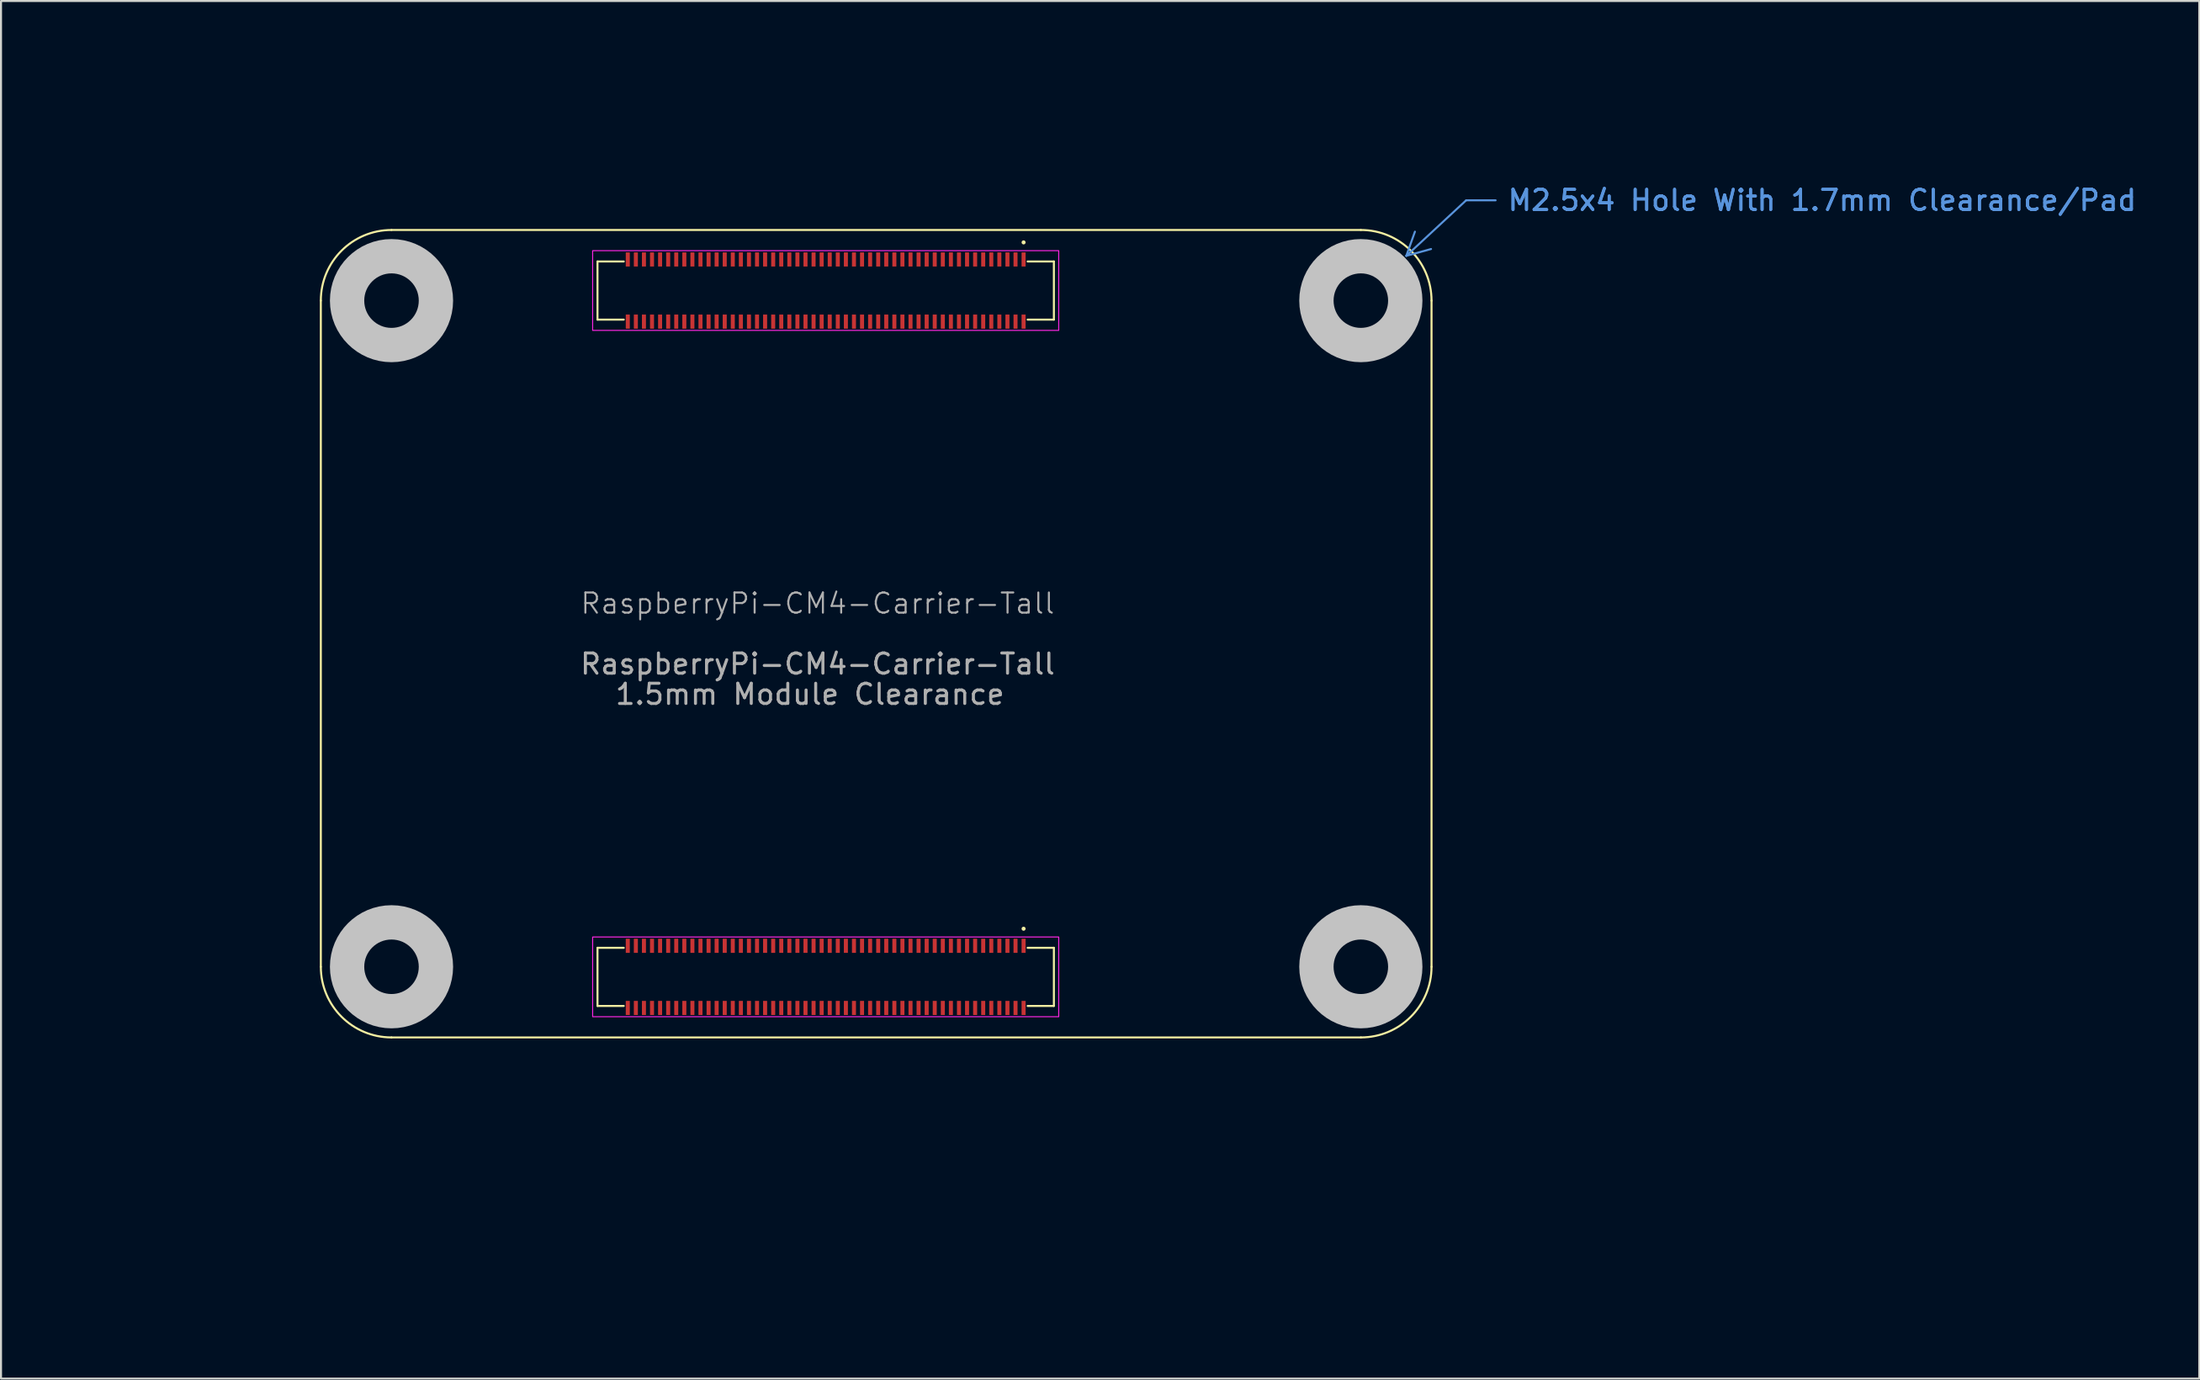
<source format=kicad_pcb>
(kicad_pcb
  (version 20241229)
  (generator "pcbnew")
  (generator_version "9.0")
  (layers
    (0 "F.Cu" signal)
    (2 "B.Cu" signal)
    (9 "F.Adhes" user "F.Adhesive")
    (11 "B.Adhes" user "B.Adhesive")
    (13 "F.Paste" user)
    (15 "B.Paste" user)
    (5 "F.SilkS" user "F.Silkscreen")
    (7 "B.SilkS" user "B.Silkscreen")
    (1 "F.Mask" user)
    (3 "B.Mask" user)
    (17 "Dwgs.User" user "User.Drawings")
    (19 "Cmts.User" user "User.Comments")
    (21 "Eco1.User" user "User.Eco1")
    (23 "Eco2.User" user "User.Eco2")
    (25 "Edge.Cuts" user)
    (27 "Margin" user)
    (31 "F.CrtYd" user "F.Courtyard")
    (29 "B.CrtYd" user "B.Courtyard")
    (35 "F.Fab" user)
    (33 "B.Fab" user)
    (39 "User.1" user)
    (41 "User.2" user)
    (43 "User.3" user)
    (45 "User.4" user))
  (footprint "RaspberryPi-CM4-Carrier-Tall"
    (layer "F.Cu")
    (at 37.437 48.343)
    (property "Reference" "RaspberryPi-CM4-Carrier-Tall" (at 0 -21.5 0) (unlocked yes) (layer "F.Fab") (effects (font (size 1 1) (thickness 0.1))))
    (attr smd)
    (fp_line (start -24.6 -3.5) (end -24.6 -36.5) (stroke (width 0.1) (type default)) (layer "F.SilkS"))
    (fp_line (start -21.1 -40) (end 26.9 -40) (stroke (width 0.1) (type default)) (layer "F.SilkS"))
    (fp_line (start -10.9 -38.44) (end -10.9 -35.56) (stroke (width 0.1) (type default)) (layer "F.SilkS"))
    (fp_line (start -10.9 -38.44) (end -9.6 -38.44) (stroke (width 0.1) (type default)) (layer "F.SilkS"))
    (fp_line (start -10.9 -35.56) (end -9.6 -35.56) (stroke (width 0.1) (type default)) (layer "F.SilkS"))
    (fp_line (start -10.9 -4.44) (end -10.9 -1.56) (stroke (width 0.1) (type default)) (layer "F.SilkS"))
    (fp_line (start -10.9 -4.44) (end -9.6 -4.44) (stroke (width 0.1) (type default)) (layer "F.SilkS"))
    (fp_line (start -10.9 -1.56) (end -9.6 -1.56) (stroke (width 0.1) (type default)) (layer "F.SilkS"))
    (fp_line (start 11.7 -38.44) (end 10.4 -38.44) (stroke (width 0.1) (type default)) (layer "F.SilkS"))
    (fp_line (start 11.7 -38.44) (end 11.7 -35.56) (stroke (width 0.1) (type default)) (layer "F.SilkS"))
    (fp_line (start 11.7 -35.56) (end 10.4 -35.56) (stroke (width 0.1) (type default)) (layer "F.SilkS"))
    (fp_line (start 11.7 -4.44) (end 10.4 -4.44) (stroke (width 0.1) (type default)) (layer "F.SilkS"))
    (fp_line (start 11.7 -4.44) (end 11.7 -1.56) (stroke (width 0.1) (type default)) (layer "F.SilkS"))
    (fp_line (start 11.7 -1.56) (end 10.4 -1.56) (stroke (width 0.1) (type default)) (layer "F.SilkS"))
    (fp_line (start 26.9 0) (end -21.1 0) (stroke (width 0.1) (type default)) (layer "F.SilkS"))
    (fp_line (start 30.4 -36.5) (end 30.4 -3.5) (stroke (width 0.1) (type default)) (layer "F.SilkS"))
    (fp_arc (start -24.6 -36.5) (mid -23.574874 -38.974874) (end -21.1 -40) (stroke (width 0.1) (type default)) (layer "F.SilkS"))
    (fp_arc (start -21.1 0) (mid -23.574874 -1.025126) (end -24.6 -3.5) (stroke (width 0.1) (type default)) (layer "F.SilkS"))
    (fp_arc (start 26.9 -40) (mid 29.374874 -38.974874) (end 30.4 -36.5) (stroke (width 0.1) (type default)) (layer "F.SilkS"))
    (fp_arc (start 30.4 -3.5) (mid 29.374874 -1.025126) (end 26.9 0) (stroke (width 0.1) (type default)) (layer "F.SilkS"))
    (fp_circle (center 10.2 -39.385) (end 10.3 -39.385) (stroke (width 0) (type default)) (fill yes) (layer "F.SilkS"))
    (fp_circle (center 10.2 -5.385) (end 10.3 -5.385) (stroke (width 0) (type default)) (fill yes) (layer "F.SilkS"))
    (fp_circle (center -21.1 -36.5) (end -18.9 -36.5) (stroke (width 1.7) (type default)) (fill no) (layer "Dwgs.User"))
    (fp_circle (center -21.1 -3.5) (end -18.9 -3.5) (stroke (width 1.7) (type default)) (fill no) (layer "Dwgs.User"))
    (fp_circle (center 26.9 -36.5) (end 29.1 -36.5) (stroke (width 1.7) (type default)) (fill no) (layer "Dwgs.User"))
    (fp_circle (center 26.9 -3.5) (end 29.1 -3.5) (stroke (width 1.7) (type default)) (fill no) (layer "Dwgs.User"))
    (fp_rect (start -11.14 -38.975) (end 11.94 -35.025) (stroke (width 0.05) (type solid)) (fill no) (layer "F.CrtYd"))
    (fp_rect (start -11.14 -4.975) (end 11.94 -1.025) (stroke (width 0.05) (type solid)) (fill no) (layer "F.CrtYd"))
    (fp_text user "1.5mm Module Clearance " (at 0 -17 0) (unlocked yes) (layer "F.Fab") (effects (font (size 1 1) (thickness 0.15))))
    (fp_text user "${REFERENCE}" (at 0 -18.5 0) (unlocked yes) (layer "F.Fab") (effects (font (size 1 1) (thickness 0.15))))
    (dimension (type leader) (layer "Cmts.User") (pts (xy 66.222 9.963) (xy 69.552 6.873)) (format (prefix "") (suffix "") (units 0) (units_format 0) (precision 4) (override_value "M2.5x4 Hole With 1.7mm Clearance/Pad")) (style (thickness 0.1) (arrow_length 1.27) (text_position_mode 0) (text_frame 0) (extension_offset 0.5)) (gr_text "M2.5x4 Hole With 1.7mm Clearance/Pad" (at 87.182 6.873 0) (layer "Cmts.User") (effects (font (size 1 1) (thickness 0.15)))))
    (dimension (type leader) (layer "User.2") (pts (xy 13.863 47.318) (xy 10.267 50.988)) (format (prefix "") (suffix "") (units 0) (units_format 0) (precision 4) (override_value "3.5x4")) (style (thickness 0.1) (arrow_length 1.27) (text_position_mode 0) (text_frame 0) (extension_offset 0.5)) (gr_text "3.5x4" (at 3.977 50.988 0) (layer "User.2") (effects (font (size 1 1) (thickness 0.15)))))
    (dimension (type orthogonal) (layer "User.2") (pts (xy 12.837 48.343) (xy 64.337 48.343)) (height 10.02) (orientation 0) (format (prefix "") (suffix "") (units 3) (units_format 0) (precision 4) (suppress_zeroes yes)) (style (thickness 0.1) (arrow_length 1.27) (text_position_mode 0) (arrow_direction outward) (extension_height 0.586) (extension_offset 0.5) (keep_text_aligned yes)) (gr_text "51.5" (at 38.587 57.213 0) (layer "User.2") (effects (font (size 1 1) (thickness 0.15)))))
    (dimension (type orthogonal) (layer "User.2") (pts (xy 12.837 48.343) (xy 67.837 48.343)) (height 13.265) (orientation 0) (format (prefix "") (suffix "") (units 3) (units_format 0) (precision 4) (suppress_zeroes yes)) (style (thickness 0.1) (arrow_length 1.27) (text_position_mode 0) (arrow_direction outward) (extension_height 0.586) (extension_offset 0.5) (keep_text_aligned yes)) (gr_text "55" (at 40.337 60.458 0) (layer "User.2") (effects (font (size 1 1) (thickness 0.15)))))
    (dimension (type orthogonal) (layer "User.2") (pts (xy 12.837 48.343) (xy 12.837 44.843)) (height -2.515) (orientation 1) (format (prefix "") (suffix "") (units 3) (units_format 0) (precision 4) (suppress_zeroes yes)) (style (thickness 0.1) (arrow_length 1.27) (text_position_mode 0) (arrow_direction outward) (extension_height 0.586) (extension_offset 0.5) (keep_text_aligned yes)) (gr_text "3.5" (at 9.172 46.593 90) (layer "User.2") (effects (font (size 1 1) (thickness 0.15)))))
    (dimension (type orthogonal) (layer "User.2") (pts (xy 12.837 48.343) (xy 12.837 8.343)) (height -10.61) (orientation 1) (format (prefix "") (suffix "") (units 3) (units_format 0) (precision 4) (suppress_zeroes yes)) (style (thickness 0.1) (arrow_length 1.27) (text_position_mode 0) (arrow_direction outward) (extension_height 0.586) (extension_offset 0.5) (keep_text_aligned yes)) (gr_text "40" (at 1.077 28.343 90) (layer "User.2") (effects (font (size 1 1) (thickness 0.15)))))
    (dimension (type orthogonal) (layer "User.2") (pts (xy 12.837 48.343) (xy 12.837 11.843)) (height -6.265) (orientation 1) (format (prefix "") (suffix "") (units 3) (units_format 0) (precision 4) (suppress_zeroes yes)) (style (thickness 0.1) (arrow_length 1.27) (text_position_mode 0) (arrow_direction outward) (extension_height 0.586) (extension_offset 0.5) (keep_text_aligned yes)) (gr_text "36.5" (at 5.422 30.093 90) (layer "User.2") (effects (font (size 1 1) (thickness 0.15)))))
    (dimension (type orthogonal) (layer "User.2") (pts (xy 12.837 48.343) (xy 47.637 48.343)) (height 6.335) (orientation 0) (format (prefix "") (suffix "") (units 3) (units_format 0) (precision 4) (suppress_zeroes yes)) (style (thickness 0.1) (arrow_length 1.27) (text_position_mode 0) (arrow_direction outward) (extension_height 0.586) (extension_offset 0.5) (keep_text_aligned yes)) (gr_text "34.8" (at 30.237 53.528 0) (layer "User.2") (effects (font (size 1 1) (thickness 0.15)))))
    (dimension (type orthogonal) (layer "User.2") (pts (xy 12.837 48.343) (xy 16.337 48.343)) (height 3) (orientation 0) (format (prefix "") (suffix "") (units 3) (units_format 0) (precision 4) (suppress_zeroes yes)) (style (thickness 0.1) (arrow_length 1.27) (text_position_mode 0) (arrow_direction outward) (extension_height 0.586) (extension_offset 0.5) (keep_text_aligned yes)) (gr_text "3.5" (at 14.587 50.193 0) (layer "User.2") (effects (font (size 1 1) (thickness 0.15)))))
    (dimension (type orthogonal) (layer "User.2") (pts (xy 47.637 8.343) (xy 12.837 8.343)) (height -6.345) (orientation 0) (format (prefix "") (suffix "") (units 3) (units_format 0) (precision 4) (suppress_zeroes yes)) (style (thickness 0.1) (arrow_length 1.27) (text_position_mode 0) (arrow_direction outward) (extension_height 0.586) (extension_offset 0.5) (keep_text_aligned yes)) (gr_text "34.8" (at 30.237 0.848 0) (layer "User.2") (effects (font (size 1 1) (thickness 0.15)))))
    (dimension (type orthogonal) (layer "User.2") (pts (xy 49.377 11.343) (xy 49.377 8.343)) (height 2.575) (orientation 1) (format (prefix "") (suffix "") (units 3) (units_format 0) (precision 4) (suppress_zeroes yes)) (style (thickness 0.1) (arrow_length 1.27) (text_position_mode 0) (arrow_direction outward) (extension_height 0.586) (extension_offset 0.5) (keep_text_aligned yes)) (gr_text "3" (at 50.802 9.843 90) (layer "User.2") (effects (font (size 1 1) (thickness 0.15)))))
    (dimension (type orthogonal) (layer "User.2") (pts (xy 49.377 45.343) (xy 49.377 48.343)) (height 3.04) (orientation 1) (format (prefix "") (suffix "") (units 3) (units_format 0) (precision 4) (suppress_zeroes yes)) (style (thickness 0.1) (arrow_length 1.27) (text_position_mode 0) (arrow_direction outward) (extension_height 0.586) (extension_offset 0.5) (keep_text_aligned yes)) (gr_text "3" (at 51.267 46.843 90) (layer "User.2") (effects (font (size 1 1) (thickness 0.15)))))
    (pad "1" smd rect (at 10.2 -38.54) (size 0.2 0.7) (layers "F.Cu" "F.Mask" "F.Paste"))
    (pad "2" smd rect (at 10.2 -35.46) (size 0.2 0.7) (layers "F.Cu" "F.Mask" "F.Paste"))
    (pad "3" smd rect (at 9.8 -38.54) (size 0.2 0.7) (layers "F.Cu" "F.Mask" "F.Paste"))
    (pad "4" smd rect (at 9.8 -35.46) (size 0.2 0.7) (layers "F.Cu" "F.Mask" "F.Paste"))
    (pad "5" smd rect (at 9.4 -38.54) (size 0.2 0.7) (layers "F.Cu" "F.Mask" "F.Paste"))
    (pad "6" smd rect (at 9.4 -35.46) (size 0.2 0.7) (layers "F.Cu" "F.Mask" "F.Paste"))
    (pad "7" smd rect (at 9 -38.54) (size 0.2 0.7) (layers "F.Cu" "F.Mask" "F.Paste"))
    (pad "8" smd rect (at 9 -35.46) (size 0.2 0.7) (layers "F.Cu" "F.Mask" "F.Paste"))
    (pad "9" smd rect (at 8.6 -38.54) (size 0.2 0.7) (layers "F.Cu" "F.Mask" "F.Paste"))
    (pad "10" smd rect (at 8.6 -35.46) (size 0.2 0.7) (layers "F.Cu" "F.Mask" "F.Paste"))
    (pad "11" smd rect (at 8.2 -38.54) (size 0.2 0.7) (layers "F.Cu" "F.Mask" "F.Paste"))
    (pad "12" smd rect (at 8.2 -35.46) (size 0.2 0.7) (layers "F.Cu" "F.Mask" "F.Paste"))
    (pad "13" smd rect (at 7.8 -38.54) (size 0.2 0.7) (layers "F.Cu" "F.Mask" "F.Paste"))
    (pad "14" smd rect (at 7.8 -35.46) (size 0.2 0.7) (layers "F.Cu" "F.Mask" "F.Paste"))
    (pad "15" smd rect (at 7.4 -38.54) (size 0.2 0.7) (layers "F.Cu" "F.Mask" "F.Paste"))
    (pad "16" smd rect (at 7.4 -35.46) (size 0.2 0.7) (layers "F.Cu" "F.Mask" "F.Paste"))
    (pad "17" smd rect (at 7 -38.54) (size 0.2 0.7) (layers "F.Cu" "F.Mask" "F.Paste"))
    (pad "18" smd rect (at 7 -35.46) (size 0.2 0.7) (layers "F.Cu" "F.Mask" "F.Paste"))
    (pad "19" smd rect (at 6.6 -38.54) (size 0.2 0.7) (layers "F.Cu" "F.Mask" "F.Paste"))
    (pad "20" smd rect (at 6.6 -35.46) (size 0.2 0.7) (layers "F.Cu" "F.Mask" "F.Paste"))
    (pad "21" smd rect (at 6.2 -38.54) (size 0.2 0.7) (layers "F.Cu" "F.Mask" "F.Paste"))
    (pad "22" smd rect (at 6.2 -35.46) (size 0.2 0.7) (layers "F.Cu" "F.Mask" "F.Paste"))
    (pad "23" smd rect (at 5.8 -38.54) (size 0.2 0.7) (layers "F.Cu" "F.Mask" "F.Paste"))
    (pad "24" smd rect (at 5.8 -35.46) (size 0.2 0.7) (layers "F.Cu" "F.Mask" "F.Paste"))
    (pad "25" smd rect (at 5.4 -38.54) (size 0.2 0.7) (layers "F.Cu" "F.Mask" "F.Paste"))
    (pad "26" smd rect (at 5.4 -35.46) (size 0.2 0.7) (layers "F.Cu" "F.Mask" "F.Paste"))
    (pad "27" smd rect (at 5 -38.54) (size 0.2 0.7) (layers "F.Cu" "F.Mask" "F.Paste"))
    (pad "28" smd rect (at 5 -35.46) (size 0.2 0.7) (layers "F.Cu" "F.Mask" "F.Paste"))
    (pad "29" smd rect (at 4.6 -38.54) (size 0.2 0.7) (layers "F.Cu" "F.Mask" "F.Paste"))
    (pad "30" smd rect (at 4.6 -35.46) (size 0.2 0.7) (layers "F.Cu" "F.Mask" "F.Paste"))
    (pad "31" smd rect (at 4.2 -38.54) (size 0.2 0.7) (layers "F.Cu" "F.Mask" "F.Paste"))
    (pad "32" smd rect (at 4.2 -35.46) (size 0.2 0.7) (layers "F.Cu" "F.Mask" "F.Paste"))
    (pad "33" smd rect (at 3.8 -38.54) (size 0.2 0.7) (layers "F.Cu" "F.Mask" "F.Paste"))
    (pad "34" smd rect (at 3.8 -35.46) (size 0.2 0.7) (layers "F.Cu" "F.Mask" "F.Paste"))
    (pad "35" smd rect (at 3.4 -38.54) (size 0.2 0.7) (layers "F.Cu" "F.Mask" "F.Paste"))
    (pad "36" smd rect (at 3.4 -35.46) (size 0.2 0.7) (layers "F.Cu" "F.Mask" "F.Paste"))
    (pad "37" smd rect (at 3 -38.54) (size 0.2 0.7) (layers "F.Cu" "F.Mask" "F.Paste"))
    (pad "38" smd rect (at 3 -35.46) (size 0.2 0.7) (layers "F.Cu" "F.Mask" "F.Paste"))
    (pad "39" smd rect (at 2.6 -38.54) (size 0.2 0.7) (layers "F.Cu" "F.Mask" "F.Paste"))
    (pad "40" smd rect (at 2.6 -35.46) (size 0.2 0.7) (layers "F.Cu" "F.Mask" "F.Paste"))
    (pad "41" smd rect (at 2.2 -38.54) (size 0.2 0.7) (layers "F.Cu" "F.Mask" "F.Paste"))
    (pad "42" smd rect (at 2.2 -35.46) (size 0.2 0.7) (layers "F.Cu" "F.Mask" "F.Paste"))
    (pad "43" smd rect (at 1.8 -38.54) (size 0.2 0.7) (layers "F.Cu" "F.Mask" "F.Paste"))
    (pad "44" smd rect (at 1.8 -35.46) (size 0.2 0.7) (layers "F.Cu" "F.Mask" "F.Paste"))
    (pad "45" smd rect (at 1.4 -38.54) (size 0.2 0.7) (layers "F.Cu" "F.Mask" "F.Paste"))
    (pad "46" smd rect (at 1.4 -35.46) (size 0.2 0.7) (layers "F.Cu" "F.Mask" "F.Paste"))
    (pad "47" smd rect (at 1 -38.54) (size 0.2 0.7) (layers "F.Cu" "F.Mask" "F.Paste"))
    (pad "48" smd rect (at 1 -35.46) (size 0.2 0.7) (layers "F.Cu" "F.Mask" "F.Paste"))
    (pad "49" smd rect (at 0.6 -38.54) (size 0.2 0.7) (layers "F.Cu" "F.Mask" "F.Paste"))
    (pad "50" smd rect (at 0.6 -35.46) (size 0.2 0.7) (layers "F.Cu" "F.Mask" "F.Paste"))
    (pad "51" smd rect (at 0.2 -38.54) (size 0.2 0.7) (layers "F.Cu" "F.Mask" "F.Paste"))
    (pad "52" smd rect (at 0.2 -35.46) (size 0.2 0.7) (layers "F.Cu" "F.Mask" "F.Paste"))
    (pad "53" smd rect (at -0.2 -38.54) (size 0.2 0.7) (layers "F.Cu" "F.Mask" "F.Paste"))
    (pad "54" smd rect (at -0.2 -35.46) (size 0.2 0.7) (layers "F.Cu" "F.Mask" "F.Paste"))
    (pad "55" smd rect (at -0.6 -38.54) (size 0.2 0.7) (layers "F.Cu" "F.Mask" "F.Paste"))
    (pad "56" smd rect (at -0.6 -35.46) (size 0.2 0.7) (layers "F.Cu" "F.Mask" "F.Paste"))
    (pad "57" smd rect (at -1 -38.54) (size 0.2 0.7) (layers "F.Cu" "F.Mask" "F.Paste"))
    (pad "58" smd rect (at -1 -35.46) (size 0.2 0.7) (layers "F.Cu" "F.Mask" "F.Paste"))
    (pad "59" smd rect (at -1.4 -38.54) (size 0.2 0.7) (layers "F.Cu" "F.Mask" "F.Paste"))
    (pad "60" smd rect (at -1.4 -35.46) (size 0.2 0.7) (layers "F.Cu" "F.Mask" "F.Paste"))
    (pad "61" smd rect (at -1.8 -38.54) (size 0.2 0.7) (layers "F.Cu" "F.Mask" "F.Paste"))
    (pad "62" smd rect (at -1.8 -35.46) (size 0.2 0.7) (layers "F.Cu" "F.Mask" "F.Paste"))
    (pad "63" smd rect (at -2.2 -38.54) (size 0.2 0.7) (layers "F.Cu" "F.Mask" "F.Paste"))
    (pad "64" smd rect (at -2.2 -35.46) (size 0.2 0.7) (layers "F.Cu" "F.Mask" "F.Paste"))
    (pad "65" smd rect (at -2.6 -38.54) (size 0.2 0.7) (layers "F.Cu" "F.Mask" "F.Paste"))
    (pad "66" smd rect (at -2.6 -35.46) (size 0.2 0.7) (layers "F.Cu" "F.Mask" "F.Paste"))
    (pad "67" smd rect (at -3 -38.54) (size 0.2 0.7) (layers "F.Cu" "F.Mask" "F.Paste"))
    (pad "68" smd rect (at -3 -35.46) (size 0.2 0.7) (layers "F.Cu" "F.Mask" "F.Paste"))
    (pad "69" smd rect (at -3.4 -38.54) (size 0.2 0.7) (layers "F.Cu" "F.Mask" "F.Paste"))
    (pad "70" smd rect (at -3.4 -35.46) (size 0.2 0.7) (layers "F.Cu" "F.Mask" "F.Paste"))
    (pad "71" smd rect (at -3.8 -38.54) (size 0.2 0.7) (layers "F.Cu" "F.Mask" "F.Paste"))
    (pad "72" smd rect (at -3.8 -35.46) (size 0.2 0.7) (layers "F.Cu" "F.Mask" "F.Paste"))
    (pad "73" smd rect (at -4.2 -38.54) (size 0.2 0.7) (layers "F.Cu" "F.Mask" "F.Paste"))
    (pad "74" smd rect (at -4.2 -35.46) (size 0.2 0.7) (layers "F.Cu" "F.Mask" "F.Paste"))
    (pad "75" smd rect (at -4.6 -38.54) (size 0.2 0.7) (layers "F.Cu" "F.Mask" "F.Paste"))
    (pad "76" smd rect (at -4.6 -35.46) (size 0.2 0.7) (layers "F.Cu" "F.Mask" "F.Paste"))
    (pad "77" smd rect (at -5 -38.54) (size 0.2 0.7) (layers "F.Cu" "F.Mask" "F.Paste"))
    (pad "78" smd rect (at -5 -35.46) (size 0.2 0.7) (layers "F.Cu" "F.Mask" "F.Paste"))
    (pad "79" smd rect (at -5.4 -38.54) (size 0.2 0.7) (layers "F.Cu" "F.Mask" "F.Paste"))
    (pad "80" smd rect (at -5.4 -35.46) (size 0.2 0.7) (layers "F.Cu" "F.Mask" "F.Paste"))
    (pad "81" smd rect (at -5.8 -38.54) (size 0.2 0.7) (layers "F.Cu" "F.Mask" "F.Paste"))
    (pad "82" smd rect (at -5.8 -35.46) (size 0.2 0.7) (layers "F.Cu" "F.Mask" "F.Paste"))
    (pad "83" smd rect (at -6.2 -38.54) (size 0.2 0.7) (layers "F.Cu" "F.Mask" "F.Paste"))
    (pad "84" smd rect (at -6.2 -35.46) (size 0.2 0.7) (layers "F.Cu" "F.Mask" "F.Paste"))
    (pad "85" smd rect (at -6.6 -38.54) (size 0.2 0.7) (layers "F.Cu" "F.Mask" "F.Paste"))
    (pad "86" smd rect (at -6.6 -35.46) (size 0.2 0.7) (layers "F.Cu" "F.Mask" "F.Paste"))
    (pad "87" smd rect (at -7 -38.54) (size 0.2 0.7) (layers "F.Cu" "F.Mask" "F.Paste"))
    (pad "88" smd rect (at -7 -35.46) (size 0.2 0.7) (layers "F.Cu" "F.Mask" "F.Paste"))
    (pad "89" smd rect (at -7.4 -38.54) (size 0.2 0.7) (layers "F.Cu" "F.Mask" "F.Paste"))
    (pad "90" smd rect (at -7.4 -35.46) (size 0.2 0.7) (layers "F.Cu" "F.Mask" "F.Paste"))
    (pad "91" smd rect (at -7.8 -38.54) (size 0.2 0.7) (layers "F.Cu" "F.Mask" "F.Paste"))
    (pad "92" smd rect (at -7.8 -35.46) (size 0.2 0.7) (layers "F.Cu" "F.Mask" "F.Paste"))
    (pad "93" smd rect (at -8.2 -38.54) (size 0.2 0.7) (layers "F.Cu" "F.Mask" "F.Paste"))
    (pad "94" smd rect (at -8.2 -35.46) (size 0.2 0.7) (layers "F.Cu" "F.Mask" "F.Paste"))
    (pad "95" smd rect (at -8.6 -38.54) (size 0.2 0.7) (layers "F.Cu" "F.Mask" "F.Paste"))
    (pad "96" smd rect (at -8.6 -35.46) (size 0.2 0.7) (layers "F.Cu" "F.Mask" "F.Paste"))
    (pad "97" smd rect (at -9 -38.54) (size 0.2 0.7) (layers "F.Cu" "F.Mask" "F.Paste"))
    (pad "98" smd rect (at -9 -35.46) (size 0.2 0.7) (layers "F.Cu" "F.Mask" "F.Paste"))
    (pad "99" smd rect (at -9.4 -38.54) (size 0.2 0.7) (layers "F.Cu" "F.Mask" "F.Paste"))
    (pad "100" smd rect (at -9.4 -35.46) (size 0.2 0.7) (layers "F.Cu" "F.Mask" "F.Paste"))
    (pad "101" smd rect (at 10.2 -4.54) (size 0.2 0.7) (layers "F.Cu" "F.Mask" "F.Paste"))
    (pad "102" smd rect (at 10.2 -1.46) (size 0.2 0.7) (layers "F.Cu" "F.Mask" "F.Paste"))
    (pad "103" smd rect (at 9.8 -4.54) (size 0.2 0.7) (layers "F.Cu" "F.Mask" "F.Paste"))
    (pad "104" smd rect (at 9.8 -1.46) (size 0.2 0.7) (layers "F.Cu" "F.Mask" "F.Paste"))
    (pad "105" smd rect (at 9.4 -4.54) (size 0.2 0.7) (layers "F.Cu" "F.Mask" "F.Paste"))
    (pad "106" smd rect (at 9.4 -1.46) (size 0.2 0.7) (layers "F.Cu" "F.Mask" "F.Paste"))
    (pad "107" smd rect (at 9 -4.54) (size 0.2 0.7) (layers "F.Cu" "F.Mask" "F.Paste"))
    (pad "108" smd rect (at 9 -1.46) (size 0.2 0.7) (layers "F.Cu" "F.Mask" "F.Paste"))
    (pad "109" smd rect (at 8.6 -4.54) (size 0.2 0.7) (layers "F.Cu" "F.Mask" "F.Paste"))
    (pad "110" smd rect (at 8.6 -1.46) (size 0.2 0.7) (layers "F.Cu" "F.Mask" "F.Paste"))
    (pad "111" smd rect (at 8.2 -4.54) (size 0.2 0.7) (layers "F.Cu" "F.Mask" "F.Paste"))
    (pad "112" smd rect (at 8.2 -1.46) (size 0.2 0.7) (layers "F.Cu" "F.Mask" "F.Paste"))
    (pad "113" smd rect (at 7.8 -4.54) (size 0.2 0.7) (layers "F.Cu" "F.Mask" "F.Paste"))
    (pad "114" smd rect (at 7.8 -1.46) (size 0.2 0.7) (layers "F.Cu" "F.Mask" "F.Paste"))
    (pad "115" smd rect (at 7.4 -4.54) (size 0.2 0.7) (layers "F.Cu" "F.Mask" "F.Paste"))
    (pad "116" smd rect (at 7.4 -1.46) (size 0.2 0.7) (layers "F.Cu" "F.Mask" "F.Paste"))
    (pad "117" smd rect (at 7 -4.54) (size 0.2 0.7) (layers "F.Cu" "F.Mask" "F.Paste"))
    (pad "118" smd rect (at 7 -1.46) (size 0.2 0.7) (layers "F.Cu" "F.Mask" "F.Paste"))
    (pad "119" smd rect (at 6.6 -4.54) (size 0.2 0.7) (layers "F.Cu" "F.Mask" "F.Paste"))
    (pad "120" smd rect (at 6.6 -1.46) (size 0.2 0.7) (layers "F.Cu" "F.Mask" "F.Paste"))
    (pad "121" smd rect (at 6.2 -4.54) (size 0.2 0.7) (layers "F.Cu" "F.Mask" "F.Paste"))
    (pad "122" smd rect (at 6.2 -1.46) (size 0.2 0.7) (layers "F.Cu" "F.Mask" "F.Paste"))
    (pad "123" smd rect (at 5.8 -4.54) (size 0.2 0.7) (layers "F.Cu" "F.Mask" "F.Paste"))
    (pad "124" smd rect (at 5.8 -1.46) (size 0.2 0.7) (layers "F.Cu" "F.Mask" "F.Paste"))
    (pad "125" smd rect (at 5.4 -4.54) (size 0.2 0.7) (layers "F.Cu" "F.Mask" "F.Paste"))
    (pad "126" smd rect (at 5.4 -1.46) (size 0.2 0.7) (layers "F.Cu" "F.Mask" "F.Paste"))
    (pad "127" smd rect (at 5 -4.54) (size 0.2 0.7) (layers "F.Cu" "F.Mask" "F.Paste"))
    (pad "128" smd rect (at 5 -1.46) (size 0.2 0.7) (layers "F.Cu" "F.Mask" "F.Paste"))
    (pad "129" smd rect (at 4.6 -4.54) (size 0.2 0.7) (layers "F.Cu" "F.Mask" "F.Paste"))
    (pad "130" smd rect (at 4.6 -1.46) (size 0.2 0.7) (layers "F.Cu" "F.Mask" "F.Paste"))
    (pad "131" smd rect (at 4.2 -4.54) (size 0.2 0.7) (layers "F.Cu" "F.Mask" "F.Paste"))
    (pad "132" smd rect (at 4.2 -1.46) (size 0.2 0.7) (layers "F.Cu" "F.Mask" "F.Paste"))
    (pad "133" smd rect (at 3.8 -4.54) (size 0.2 0.7) (layers "F.Cu" "F.Mask" "F.Paste"))
    (pad "134" smd rect (at 3.8 -1.46) (size 0.2 0.7) (layers "F.Cu" "F.Mask" "F.Paste"))
    (pad "135" smd rect (at 3.4 -4.54) (size 0.2 0.7) (layers "F.Cu" "F.Mask" "F.Paste"))
    (pad "136" smd rect (at 3.4 -1.46) (size 0.2 0.7) (layers "F.Cu" "F.Mask" "F.Paste"))
    (pad "137" smd rect (at 3 -4.54) (size 0.2 0.7) (layers "F.Cu" "F.Mask" "F.Paste"))
    (pad "138" smd rect (at 3 -1.46) (size 0.2 0.7) (layers "F.Cu" "F.Mask" "F.Paste"))
    (pad "139" smd rect (at 2.6 -4.54) (size 0.2 0.7) (layers "F.Cu" "F.Mask" "F.Paste"))
    (pad "140" smd rect (at 2.6 -1.46) (size 0.2 0.7) (layers "F.Cu" "F.Mask" "F.Paste"))
    (pad "141" smd rect (at 2.2 -4.54) (size 0.2 0.7) (layers "F.Cu" "F.Mask" "F.Paste"))
    (pad "142" smd rect (at 2.2 -1.46) (size 0.2 0.7) (layers "F.Cu" "F.Mask" "F.Paste"))
    (pad "143" smd rect (at 1.8 -4.54) (size 0.2 0.7) (layers "F.Cu" "F.Mask" "F.Paste"))
    (pad "144" smd rect (at 1.8 -1.46) (size 0.2 0.7) (layers "F.Cu" "F.Mask" "F.Paste"))
    (pad "145" smd rect (at 1.4 -4.54) (size 0.2 0.7) (layers "F.Cu" "F.Mask" "F.Paste"))
    (pad "146" smd rect (at 1.4 -1.46) (size 0.2 0.7) (layers "F.Cu" "F.Mask" "F.Paste"))
    (pad "147" smd rect (at 1 -4.54) (size 0.2 0.7) (layers "F.Cu" "F.Mask" "F.Paste"))
    (pad "148" smd rect (at 1 -1.46) (size 0.2 0.7) (layers "F.Cu" "F.Mask" "F.Paste"))
    (pad "149" smd rect (at 0.6 -4.54) (size 0.2 0.7) (layers "F.Cu" "F.Mask" "F.Paste"))
    (pad "150" smd rect (at 0.6 -1.46) (size 0.2 0.7) (layers "F.Cu" "F.Mask" "F.Paste"))
    (pad "151" smd rect (at 0.2 -4.54) (size 0.2 0.7) (layers "F.Cu" "F.Mask" "F.Paste"))
    (pad "152" smd rect (at 0.2 -1.46) (size 0.2 0.7) (layers "F.Cu" "F.Mask" "F.Paste"))
    (pad "153" smd rect (at -0.2 -4.54) (size 0.2 0.7) (layers "F.Cu" "F.Mask" "F.Paste"))
    (pad "154" smd rect (at -0.2 -1.46) (size 0.2 0.7) (layers "F.Cu" "F.Mask" "F.Paste"))
    (pad "155" smd rect (at -0.6 -4.54) (size 0.2 0.7) (layers "F.Cu" "F.Mask" "F.Paste"))
    (pad "156" smd rect (at -0.6 -1.46) (size 0.2 0.7) (layers "F.Cu" "F.Mask" "F.Paste"))
    (pad "157" smd rect (at -1 -4.54) (size 0.2 0.7) (layers "F.Cu" "F.Mask" "F.Paste"))
    (pad "158" smd rect (at -1 -1.46) (size 0.2 0.7) (layers "F.Cu" "F.Mask" "F.Paste"))
    (pad "159" smd rect (at -1.4 -4.54) (size 0.2 0.7) (layers "F.Cu" "F.Mask" "F.Paste"))
    (pad "160" smd rect (at -1.4 -1.46) (size 0.2 0.7) (layers "F.Cu" "F.Mask" "F.Paste"))
    (pad "161" smd rect (at -1.8 -4.54) (size 0.2 0.7) (layers "F.Cu" "F.Mask" "F.Paste"))
    (pad "162" smd rect (at -1.8 -1.46) (size 0.2 0.7) (layers "F.Cu" "F.Mask" "F.Paste"))
    (pad "163" smd rect (at -2.2 -4.54) (size 0.2 0.7) (layers "F.Cu" "F.Mask" "F.Paste"))
    (pad "164" smd rect (at -2.2 -1.46) (size 0.2 0.7) (layers "F.Cu" "F.Mask" "F.Paste"))
    (pad "165" smd rect (at -2.6 -4.54) (size 0.2 0.7) (layers "F.Cu" "F.Mask" "F.Paste"))
    (pad "166" smd rect (at -2.6 -1.46) (size 0.2 0.7) (layers "F.Cu" "F.Mask" "F.Paste"))
    (pad "167" smd rect (at -3 -4.54) (size 0.2 0.7) (layers "F.Cu" "F.Mask" "F.Paste"))
    (pad "168" smd rect (at -3 -1.46) (size 0.2 0.7) (layers "F.Cu" "F.Mask" "F.Paste"))
    (pad "169" smd rect (at -3.4 -4.54) (size 0.2 0.7) (layers "F.Cu" "F.Mask" "F.Paste"))
    (pad "170" smd rect (at -3.4 -1.46) (size 0.2 0.7) (layers "F.Cu" "F.Mask" "F.Paste"))
    (pad "171" smd rect (at -3.8 -4.54) (size 0.2 0.7) (layers "F.Cu" "F.Mask" "F.Paste"))
    (pad "172" smd rect (at -3.8 -1.46) (size 0.2 0.7) (layers "F.Cu" "F.Mask" "F.Paste"))
    (pad "173" smd rect (at -4.2 -4.54) (size 0.2 0.7) (layers "F.Cu" "F.Mask" "F.Paste"))
    (pad "174" smd rect (at -4.2 -1.46) (size 0.2 0.7) (layers "F.Cu" "F.Mask" "F.Paste"))
    (pad "175" smd rect (at -4.6 -4.54) (size 0.2 0.7) (layers "F.Cu" "F.Mask" "F.Paste"))
    (pad "176" smd rect (at -4.6 -1.46) (size 0.2 0.7) (layers "F.Cu" "F.Mask" "F.Paste"))
    (pad "177" smd rect (at -5 -4.54) (size 0.2 0.7) (layers "F.Cu" "F.Mask" "F.Paste"))
    (pad "178" smd rect (at -5 -1.46) (size 0.2 0.7) (layers "F.Cu" "F.Mask" "F.Paste"))
    (pad "179" smd rect (at -5.4 -4.54) (size 0.2 0.7) (layers "F.Cu" "F.Mask" "F.Paste"))
    (pad "180" smd rect (at -5.4 -1.46) (size 0.2 0.7) (layers "F.Cu" "F.Mask" "F.Paste"))
    (pad "181" smd rect (at -5.8 -4.54) (size 0.2 0.7) (layers "F.Cu" "F.Mask" "F.Paste"))
    (pad "182" smd rect (at -5.8 -1.46) (size 0.2 0.7) (layers "F.Cu" "F.Mask" "F.Paste"))
    (pad "183" smd rect (at -6.2 -4.54) (size 0.2 0.7) (layers "F.Cu" "F.Mask" "F.Paste"))
    (pad "184" smd rect (at -6.2 -1.46) (size 0.2 0.7) (layers "F.Cu" "F.Mask" "F.Paste"))
    (pad "185" smd rect (at -6.6 -4.54) (size 0.2 0.7) (layers "F.Cu" "F.Mask" "F.Paste"))
    (pad "186" smd rect (at -6.6 -1.46) (size 0.2 0.7) (layers "F.Cu" "F.Mask" "F.Paste"))
    (pad "187" smd rect (at -7 -4.54) (size 0.2 0.7) (layers "F.Cu" "F.Mask" "F.Paste"))
    (pad "188" smd rect (at -7 -1.46) (size 0.2 0.7) (layers "F.Cu" "F.Mask" "F.Paste"))
    (pad "189" smd rect (at -7.4 -4.54) (size 0.2 0.7) (layers "F.Cu" "F.Mask" "F.Paste"))
    (pad "190" smd rect (at -7.4 -1.46) (size 0.2 0.7) (layers "F.Cu" "F.Mask" "F.Paste"))
    (pad "191" smd rect (at -7.8 -4.54) (size 0.2 0.7) (layers "F.Cu" "F.Mask" "F.Paste"))
    (pad "192" smd rect (at -7.8 -1.46) (size 0.2 0.7) (layers "F.Cu" "F.Mask" "F.Paste"))
    (pad "193" smd rect (at -8.2 -4.54) (size 0.2 0.7) (layers "F.Cu" "F.Mask" "F.Paste"))
    (pad "194" smd rect (at -8.2 -1.46) (size 0.2 0.7) (layers "F.Cu" "F.Mask" "F.Paste"))
    (pad "195" smd rect (at -8.6 -4.54) (size 0.2 0.7) (layers "F.Cu" "F.Mask" "F.Paste"))
    (pad "196" smd rect (at -8.6 -1.46) (size 0.2 0.7) (layers "F.Cu" "F.Mask" "F.Paste"))
    (pad "197" smd rect (at -9 -4.54) (size 0.2 0.7) (layers "F.Cu" "F.Mask" "F.Paste"))
    (pad "198" smd rect (at -9 -1.46) (size 0.2 0.7) (layers "F.Cu" "F.Mask" "F.Paste"))
    (pad "199" smd rect (at -9.4 -4.54) (size 0.2 0.7) (layers "F.Cu" "F.Mask" "F.Paste"))
    (pad "200" smd rect (at -9.4 -1.46) (size 0.2 0.7) (layers "F.Cu" "F.Mask" "F.Paste")))
  (gr_rect
    (start -3 -3)
    (end 105.855 65.245)
    (stroke (width 0.1) (type default))
    (fill no)
    (layer "Edge.Cuts")))
</source>
